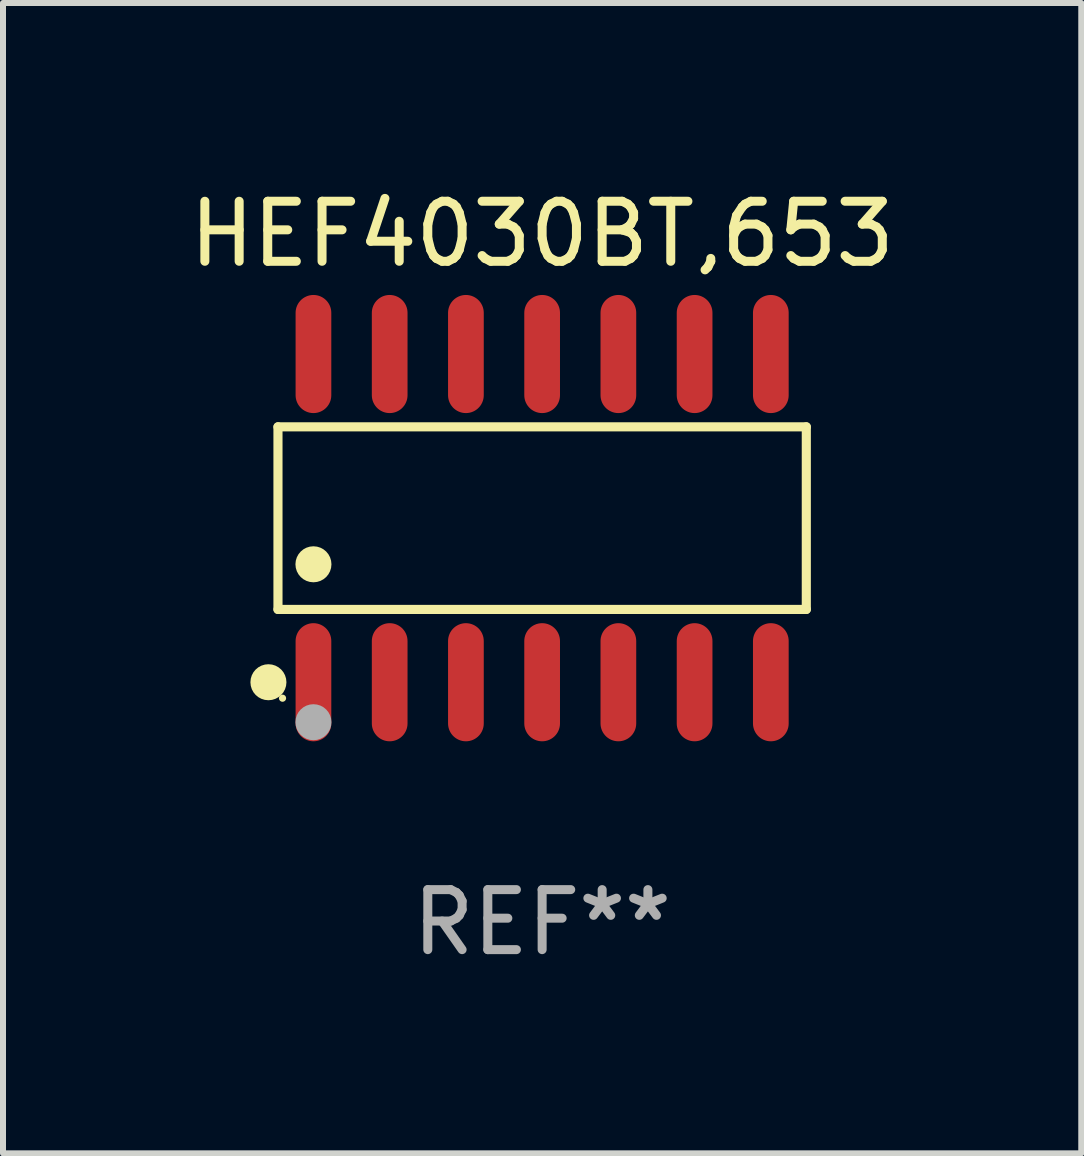
<source format=kicad_pcb>
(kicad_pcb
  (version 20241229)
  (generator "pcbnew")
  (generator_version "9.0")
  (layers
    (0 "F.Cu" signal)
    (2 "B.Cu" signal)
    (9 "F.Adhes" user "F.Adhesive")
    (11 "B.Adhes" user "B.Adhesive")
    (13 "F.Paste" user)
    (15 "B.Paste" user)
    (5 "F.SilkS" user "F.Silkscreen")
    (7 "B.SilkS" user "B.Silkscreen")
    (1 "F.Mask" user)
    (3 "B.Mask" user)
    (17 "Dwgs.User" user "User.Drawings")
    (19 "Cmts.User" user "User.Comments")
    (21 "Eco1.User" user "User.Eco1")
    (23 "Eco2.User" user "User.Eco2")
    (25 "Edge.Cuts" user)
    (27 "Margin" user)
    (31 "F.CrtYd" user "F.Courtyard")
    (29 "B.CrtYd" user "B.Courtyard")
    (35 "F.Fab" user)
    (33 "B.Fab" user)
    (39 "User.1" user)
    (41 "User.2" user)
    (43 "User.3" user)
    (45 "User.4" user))
  (footprint "HEF4030BT,653"
    (layer "F.Cu")
    (at 5.982 5.582)
    (property "Reference" "HEF4030BT,653" (at 0 -4.734 0) (layer "F.SilkS") (effects (font (size 1 1) (thickness 0.15))))
    (attr through_hole)
    (fp_line (start -4.401 -1.521) (end 4.401 -1.521) (stroke (width 0.152) (type solid)) (layer "F.SilkS"))
    (fp_line (start -4.401 1.521) (end -4.401 -1.521) (stroke (width 0.152) (type solid)) (layer "F.SilkS"))
    (fp_line (start 4.401 -1.521) (end 4.401 1.521) (stroke (width 0.152) (type solid)) (layer "F.SilkS"))
    (fp_line (start 4.401 1.521) (end -4.401 1.521) (stroke (width 0.152) (type solid)) (layer "F.SilkS"))
    (fp_circle (center -4.56 2.734) (end -4.41 2.734) (stroke (width 0.3) (type solid)) (fill no) (layer "F.SilkS"))
    (fp_circle (center -4.325 3) (end -4.295 3) (stroke (width 0.06) (type solid)) (fill no) (layer "F.SilkS"))
    (fp_circle (center -3.81 0.769) (end -3.66 0.769) (stroke (width 0.3) (type solid)) (fill no) (layer "F.SilkS"))
    (fp_circle (center -3.81 3.4) (end -3.66 3.4) (stroke (width 0.3) (type solid)) (fill no) (layer "F.Fab"))
    (fp_text user "REF**" (at 0 6.734 0) (layer "F.Fab") (effects (font (size 1 1) (thickness 0.15))))
    (pad "1" smd oval (at -3.81 2.734) (size 0.595 1.968) (layers "F.Cu" "F.Mask" "F.Paste"))
    (pad "2" smd oval (at -2.54 2.734) (size 0.595 1.968) (layers "F.Cu" "F.Mask" "F.Paste"))
    (pad "3" smd oval (at -1.27 2.734) (size 0.595 1.968) (layers "F.Cu" "F.Mask" "F.Paste"))
    (pad "4" smd oval (at 0 2.734) (size 0.595 1.968) (layers "F.Cu" "F.Mask" "F.Paste"))
    (pad "5" smd oval (at 1.27 2.734) (size 0.595 1.968) (layers "F.Cu" "F.Mask" "F.Paste"))
    (pad "6" smd oval (at 2.54 2.734) (size 0.595 1.968) (layers "F.Cu" "F.Mask" "F.Paste"))
    (pad "7" smd oval (at 3.81 2.734) (size 0.595 1.968) (layers "F.Cu" "F.Mask" "F.Paste"))
    (pad "8" smd oval (at 3.81 -2.734) (size 0.595 1.968) (layers "F.Cu" "F.Mask" "F.Paste"))
    (pad "9" smd oval (at 2.54 -2.734) (size 0.595 1.968) (layers "F.Cu" "F.Mask" "F.Paste"))
    (pad "10" smd oval (at 1.27 -2.734) (size 0.595 1.968) (layers "F.Cu" "F.Mask" "F.Paste"))
    (pad "11" smd oval (at 0 -2.734) (size 0.595 1.968) (layers "F.Cu" "F.Mask" "F.Paste"))
    (pad "12" smd oval (at -1.27 -2.734) (size 0.595 1.968) (layers "F.Cu" "F.Mask" "F.Paste"))
    (pad "13" smd oval (at -2.54 -2.734) (size 0.595 1.968) (layers "F.Cu" "F.Mask" "F.Paste"))
    (pad "14" smd oval (at -3.81 -2.734) (size 0.595 1.968) (layers "F.Cu" "F.Mask" "F.Paste")))
  (gr_rect
    (start -3 -3)
    (end 14.964 16.164)
    (stroke (width 0.1) (type default))
    (fill no)
    (layer "Edge.Cuts")))
</source>
